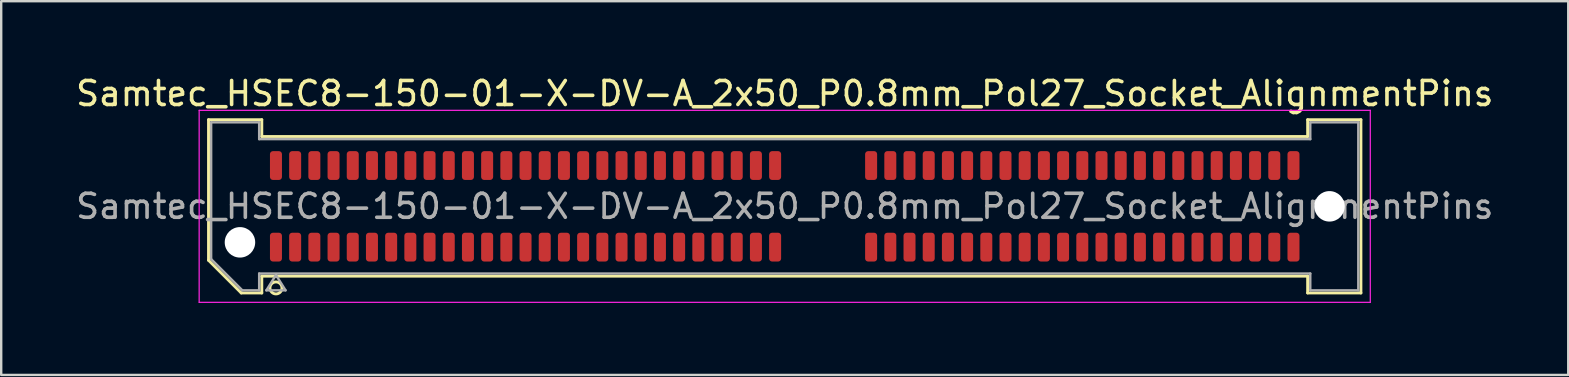
<source format=kicad_pcb>
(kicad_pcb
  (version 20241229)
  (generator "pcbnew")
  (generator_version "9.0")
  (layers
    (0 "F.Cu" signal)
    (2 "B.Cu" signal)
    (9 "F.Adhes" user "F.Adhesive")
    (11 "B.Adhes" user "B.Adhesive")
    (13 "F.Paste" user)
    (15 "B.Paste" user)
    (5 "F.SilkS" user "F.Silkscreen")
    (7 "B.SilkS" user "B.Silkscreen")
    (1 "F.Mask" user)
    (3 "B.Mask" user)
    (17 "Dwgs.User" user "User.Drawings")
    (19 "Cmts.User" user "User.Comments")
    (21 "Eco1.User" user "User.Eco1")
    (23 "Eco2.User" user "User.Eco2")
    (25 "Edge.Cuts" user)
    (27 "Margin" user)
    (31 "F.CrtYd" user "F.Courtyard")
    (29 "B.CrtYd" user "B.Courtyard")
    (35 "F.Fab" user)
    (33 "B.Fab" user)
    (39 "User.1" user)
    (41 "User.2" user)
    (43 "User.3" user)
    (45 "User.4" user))
  (footprint "Samtec_HSEC8-150-01-X-DV-A_2x50_P0.8mm_Pol27_Socket_AlignmentPins"
    (layer "F.Cu")
    (at 29.649 5.548)
    (property "Reference" "Samtec_HSEC8-150-01-X-DV-A_2x50_P0.8mm_Pol27_Socket_AlignmentPins" (at 0 -4.7 0) (layer "F.SilkS") (effects (font (size 1 1) (thickness 0.15))))
    (attr smd)
    (fp_line (start -24.01 -3.61) (end -21.79 -3.61) (stroke (width 0.12) (type solid)) (layer "F.SilkS"))
    (fp_line (start -24.01 2.246) (end -24.01 -3.61) (stroke (width 0.12) (type solid)) (layer "F.SilkS"))
    (fp_line (start -22.646 3.61) (end -24.01 2.246) (stroke (width 0.12) (type solid)) (layer "F.SilkS"))
    (fp_line (start -21.79 -3.61) (end -21.79 -2.91) (stroke (width 0.12) (type solid)) (layer "F.SilkS"))
    (fp_line (start -21.79 -2.91) (end 21.79 -2.91) (stroke (width 0.12) (type solid)) (layer "F.SilkS"))
    (fp_line (start -21.79 2.91) (end -21.79 3.61) (stroke (width 0.12) (type solid)) (layer "F.SilkS"))
    (fp_line (start -21.79 3.61) (end -22.646 3.61) (stroke (width 0.12) (type solid)) (layer "F.SilkS"))
    (fp_line (start 21.79 -3.61) (end 24.01 -3.61) (stroke (width 0.12) (type solid)) (layer "F.SilkS"))
    (fp_line (start 21.79 -2.91) (end 21.79 -3.61) (stroke (width 0.12) (type solid)) (layer "F.SilkS"))
    (fp_line (start 21.79 2.91) (end -21.79 2.91) (stroke (width 0.12) (type solid)) (layer "F.SilkS"))
    (fp_line (start 21.79 3.61) (end 21.79 2.91) (stroke (width 0.12) (type solid)) (layer "F.SilkS"))
    (fp_line (start 24.01 -3.61) (end 24.01 3.61) (stroke (width 0.12) (type solid)) (layer "F.SilkS"))
    (fp_line (start 24.01 3.61) (end 21.79 3.61) (stroke (width 0.12) (type solid)) (layer "F.SilkS"))
    (fp_arc (start -20.95 3.4) (mid -21.45 3.4) (end -20.95 3.4) (stroke (width 0.12) (type solid)) (layer "F.SilkS"))
    (fp_line (start -24.4 -4) (end -24.4 4) (stroke (width 0.05) (type solid)) (layer "F.CrtYd"))
    (fp_line (start -24.4 4) (end 24.4 4) (stroke (width 0.05) (type solid)) (layer "F.CrtYd"))
    (fp_line (start 24.4 -4) (end -24.4 -4) (stroke (width 0.05) (type solid)) (layer "F.CrtYd"))
    (fp_line (start 24.4 4) (end 24.4 -4) (stroke (width 0.05) (type solid)) (layer "F.CrtYd"))
    (fp_line (start -23.9 -3.5) (end -21.9 -3.5) (stroke (width 0.1) (type solid)) (layer "F.Fab"))
    (fp_line (start -23.9 2.2) (end -23.9 -3.5) (stroke (width 0.1) (type solid)) (layer "F.Fab"))
    (fp_line (start -22.6 3.5) (end -23.9 2.2) (stroke (width 0.1) (type solid)) (layer "F.Fab"))
    (fp_line (start -21.9 -3.5) (end -21.9 -2.8) (stroke (width 0.1) (type solid)) (layer "F.Fab"))
    (fp_line (start -21.9 -2.8) (end 21.9 -2.8) (stroke (width 0.1) (type solid)) (layer "F.Fab"))
    (fp_line (start -21.9 2.8) (end -21.9 3.5) (stroke (width 0.1) (type solid)) (layer "F.Fab"))
    (fp_line (start -21.9 3.5) (end -22.6 3.5) (stroke (width 0.1) (type solid)) (layer "F.Fab"))
    (fp_line (start -21.6 3.5) (end -21.2 2.86) (stroke (width 0.1) (type solid)) (layer "F.Fab"))
    (fp_line (start -21.2 2.86) (end -20.8 3.5) (stroke (width 0.1) (type solid)) (layer "F.Fab"))
    (fp_line (start -20.8 3.5) (end -21.6 3.5) (stroke (width 0.1) (type solid)) (layer "F.Fab"))
    (fp_line (start 21.9 -3.5) (end 23.9 -3.5) (stroke (width 0.1) (type solid)) (layer "F.Fab"))
    (fp_line (start 21.9 -2.8) (end 21.9 -3.5) (stroke (width 0.1) (type solid)) (layer "F.Fab"))
    (fp_line (start 21.9 2.8) (end -21.9 2.8) (stroke (width 0.1) (type solid)) (layer "F.Fab"))
    (fp_line (start 21.9 3.5) (end 21.9 2.8) (stroke (width 0.1) (type solid)) (layer "F.Fab"))
    (fp_line (start 23.9 -3.5) (end 23.9 3.5) (stroke (width 0.1) (type solid)) (layer "F.Fab"))
    (fp_line (start 23.9 3.5) (end 21.9 3.5) (stroke (width 0.1) (type solid)) (layer "F.Fab"))
    (fp_text user "${REFERENCE}" (at 0 0 0) (layer "F.Fab") (effects (font (size 1 1) (thickness 0.15))))
    (pad "" np_thru_hole circle (at -22.7 1.5) (size 1.27 1.27) (drill 1.27) (layers "*.Cu" "*.Mask"))
    (pad "" np_thru_hole circle (at 22.7 0) (size 1.27 1.27) (drill 1.27) (layers "*.Cu" "*.Mask"))
    (pad "1" smd roundrect (at -21.2 1.7) (size 0.5 1.2) (layers "F.Cu" "F.Mask" "F.Paste") (roundrect_rratio 0.25))
    (pad "2" smd roundrect (at -21.2 -1.7) (size 0.5 1.2) (layers "F.Cu" "F.Mask" "F.Paste") (roundrect_rratio 0.25))
    (pad "3" smd roundrect (at -20.4 1.7) (size 0.5 1.2) (layers "F.Cu" "F.Mask" "F.Paste") (roundrect_rratio 0.25))
    (pad "4" smd roundrect (at -20.4 -1.7) (size 0.5 1.2) (layers "F.Cu" "F.Mask" "F.Paste") (roundrect_rratio 0.25))
    (pad "5" smd roundrect (at -19.6 1.7) (size 0.5 1.2) (layers "F.Cu" "F.Mask" "F.Paste") (roundrect_rratio 0.25))
    (pad "6" smd roundrect (at -19.6 -1.7) (size 0.5 1.2) (layers "F.Cu" "F.Mask" "F.Paste") (roundrect_rratio 0.25))
    (pad "7" smd roundrect (at -18.8 1.7) (size 0.5 1.2) (layers "F.Cu" "F.Mask" "F.Paste") (roundrect_rratio 0.25))
    (pad "8" smd roundrect (at -18.8 -1.7) (size 0.5 1.2) (layers "F.Cu" "F.Mask" "F.Paste") (roundrect_rratio 0.25))
    (pad "9" smd roundrect (at -18 1.7) (size 0.5 1.2) (layers "F.Cu" "F.Mask" "F.Paste") (roundrect_rratio 0.25))
    (pad "10" smd roundrect (at -18 -1.7) (size 0.5 1.2) (layers "F.Cu" "F.Mask" "F.Paste") (roundrect_rratio 0.25))
    (pad "11" smd roundrect (at -17.2 1.7) (size 0.5 1.2) (layers "F.Cu" "F.Mask" "F.Paste") (roundrect_rratio 0.25))
    (pad "12" smd roundrect (at -17.2 -1.7) (size 0.5 1.2) (layers "F.Cu" "F.Mask" "F.Paste") (roundrect_rratio 0.25))
    (pad "13" smd roundrect (at -16.4 1.7) (size 0.5 1.2) (layers "F.Cu" "F.Mask" "F.Paste") (roundrect_rratio 0.25))
    (pad "14" smd roundrect (at -16.4 -1.7) (size 0.5 1.2) (layers "F.Cu" "F.Mask" "F.Paste") (roundrect_rratio 0.25))
    (pad "15" smd roundrect (at -15.6 1.7) (size 0.5 1.2) (layers "F.Cu" "F.Mask" "F.Paste") (roundrect_rratio 0.25))
    (pad "16" smd roundrect (at -15.6 -1.7) (size 0.5 1.2) (layers "F.Cu" "F.Mask" "F.Paste") (roundrect_rratio 0.25))
    (pad "17" smd roundrect (at -14.8 1.7) (size 0.5 1.2) (layers "F.Cu" "F.Mask" "F.Paste") (roundrect_rratio 0.25))
    (pad "18" smd roundrect (at -14.8 -1.7) (size 0.5 1.2) (layers "F.Cu" "F.Mask" "F.Paste") (roundrect_rratio 0.25))
    (pad "19" smd roundrect (at -14 1.7) (size 0.5 1.2) (layers "F.Cu" "F.Mask" "F.Paste") (roundrect_rratio 0.25))
    (pad "20" smd roundrect (at -14 -1.7) (size 0.5 1.2) (layers "F.Cu" "F.Mask" "F.Paste") (roundrect_rratio 0.25))
    (pad "21" smd roundrect (at -13.2 1.7) (size 0.5 1.2) (layers "F.Cu" "F.Mask" "F.Paste") (roundrect_rratio 0.25))
    (pad "22" smd roundrect (at -13.2 -1.7) (size 0.5 1.2) (layers "F.Cu" "F.Mask" "F.Paste") (roundrect_rratio 0.25))
    (pad "23" smd roundrect (at -12.4 1.7) (size 0.5 1.2) (layers "F.Cu" "F.Mask" "F.Paste") (roundrect_rratio 0.25))
    (pad "24" smd roundrect (at -12.4 -1.7) (size 0.5 1.2) (layers "F.Cu" "F.Mask" "F.Paste") (roundrect_rratio 0.25))
    (pad "25" smd roundrect (at -11.6 1.7) (size 0.5 1.2) (layers "F.Cu" "F.Mask" "F.Paste") (roundrect_rratio 0.25))
    (pad "26" smd roundrect (at -11.6 -1.7) (size 0.5 1.2) (layers "F.Cu" "F.Mask" "F.Paste") (roundrect_rratio 0.25))
    (pad "27" smd roundrect (at -10.8 1.7) (size 0.5 1.2) (layers "F.Cu" "F.Mask" "F.Paste") (roundrect_rratio 0.25))
    (pad "28" smd roundrect (at -10.8 -1.7) (size 0.5 1.2) (layers "F.Cu" "F.Mask" "F.Paste") (roundrect_rratio 0.25))
    (pad "29" smd roundrect (at -10 1.7) (size 0.5 1.2) (layers "F.Cu" "F.Mask" "F.Paste") (roundrect_rratio 0.25))
    (pad "30" smd roundrect (at -10 -1.7) (size 0.5 1.2) (layers "F.Cu" "F.Mask" "F.Paste") (roundrect_rratio 0.25))
    (pad "31" smd roundrect (at -9.2 1.7) (size 0.5 1.2) (layers "F.Cu" "F.Mask" "F.Paste") (roundrect_rratio 0.25))
    (pad "32" smd roundrect (at -9.2 -1.7) (size 0.5 1.2) (layers "F.Cu" "F.Mask" "F.Paste") (roundrect_rratio 0.25))
    (pad "33" smd roundrect (at -8.4 1.7) (size 0.5 1.2) (layers "F.Cu" "F.Mask" "F.Paste") (roundrect_rratio 0.25))
    (pad "34" smd roundrect (at -8.4 -1.7) (size 0.5 1.2) (layers "F.Cu" "F.Mask" "F.Paste") (roundrect_rratio 0.25))
    (pad "35" smd roundrect (at -7.6 1.7) (size 0.5 1.2) (layers "F.Cu" "F.Mask" "F.Paste") (roundrect_rratio 0.25))
    (pad "36" smd roundrect (at -7.6 -1.7) (size 0.5 1.2) (layers "F.Cu" "F.Mask" "F.Paste") (roundrect_rratio 0.25))
    (pad "37" smd roundrect (at -6.8 1.7) (size 0.5 1.2) (layers "F.Cu" "F.Mask" "F.Paste") (roundrect_rratio 0.25))
    (pad "38" smd roundrect (at -6.8 -1.7) (size 0.5 1.2) (layers "F.Cu" "F.Mask" "F.Paste") (roundrect_rratio 0.25))
    (pad "39" smd roundrect (at -6 1.7) (size 0.5 1.2) (layers "F.Cu" "F.Mask" "F.Paste") (roundrect_rratio 0.25))
    (pad "40" smd roundrect (at -6 -1.7) (size 0.5 1.2) (layers "F.Cu" "F.Mask" "F.Paste") (roundrect_rratio 0.25))
    (pad "41" smd roundrect (at -5.2 1.7) (size 0.5 1.2) (layers "F.Cu" "F.Mask" "F.Paste") (roundrect_rratio 0.25))
    (pad "42" smd roundrect (at -5.2 -1.7) (size 0.5 1.2) (layers "F.Cu" "F.Mask" "F.Paste") (roundrect_rratio 0.25))
    (pad "43" smd roundrect (at -4.4 1.7) (size 0.5 1.2) (layers "F.Cu" "F.Mask" "F.Paste") (roundrect_rratio 0.25))
    (pad "44" smd roundrect (at -4.4 -1.7) (size 0.5 1.2) (layers "F.Cu" "F.Mask" "F.Paste") (roundrect_rratio 0.25))
    (pad "45" smd roundrect (at -3.6 1.7) (size 0.5 1.2) (layers "F.Cu" "F.Mask" "F.Paste") (roundrect_rratio 0.25))
    (pad "46" smd roundrect (at -3.6 -1.7) (size 0.5 1.2) (layers "F.Cu" "F.Mask" "F.Paste") (roundrect_rratio 0.25))
    (pad "47" smd roundrect (at -2.8 1.7) (size 0.5 1.2) (layers "F.Cu" "F.Mask" "F.Paste") (roundrect_rratio 0.25))
    (pad "48" smd roundrect (at -2.8 -1.7) (size 0.5 1.2) (layers "F.Cu" "F.Mask" "F.Paste") (roundrect_rratio 0.25))
    (pad "49" smd roundrect (at -2 1.7) (size 0.5 1.2) (layers "F.Cu" "F.Mask" "F.Paste") (roundrect_rratio 0.25))
    (pad "50" smd roundrect (at -2 -1.7) (size 0.5 1.2) (layers "F.Cu" "F.Mask" "F.Paste") (roundrect_rratio 0.25))
    (pad "51" smd roundrect (at -1.2 1.7) (size 0.5 1.2) (layers "F.Cu" "F.Mask" "F.Paste") (roundrect_rratio 0.25))
    (pad "52" smd roundrect (at -1.2 -1.7) (size 0.5 1.2) (layers "F.Cu" "F.Mask" "F.Paste") (roundrect_rratio 0.25))
    (pad "53" smd roundrect (at -0.4 1.7) (size 0.5 1.2) (layers "F.Cu" "F.Mask" "F.Paste") (roundrect_rratio 0.25))
    (pad "54" smd roundrect (at -0.4 -1.7) (size 0.5 1.2) (layers "F.Cu" "F.Mask" "F.Paste") (roundrect_rratio 0.25))
    (pad "55" smd roundrect (at 3.6 1.7) (size 0.5 1.2) (layers "F.Cu" "F.Mask" "F.Paste") (roundrect_rratio 0.25))
    (pad "56" smd roundrect (at 3.6 -1.7) (size 0.5 1.2) (layers "F.Cu" "F.Mask" "F.Paste") (roundrect_rratio 0.25))
    (pad "57" smd roundrect (at 4.4 1.7) (size 0.5 1.2) (layers "F.Cu" "F.Mask" "F.Paste") (roundrect_rratio 0.25))
    (pad "58" smd roundrect (at 4.4 -1.7) (size 0.5 1.2) (layers "F.Cu" "F.Mask" "F.Paste") (roundrect_rratio 0.25))
    (pad "59" smd roundrect (at 5.2 1.7) (size 0.5 1.2) (layers "F.Cu" "F.Mask" "F.Paste") (roundrect_rratio 0.25))
    (pad "60" smd roundrect (at 5.2 -1.7) (size 0.5 1.2) (layers "F.Cu" "F.Mask" "F.Paste") (roundrect_rratio 0.25))
    (pad "61" smd roundrect (at 6 1.7) (size 0.5 1.2) (layers "F.Cu" "F.Mask" "F.Paste") (roundrect_rratio 0.25))
    (pad "62" smd roundrect (at 6 -1.7) (size 0.5 1.2) (layers "F.Cu" "F.Mask" "F.Paste") (roundrect_rratio 0.25))
    (pad "63" smd roundrect (at 6.8 1.7) (size 0.5 1.2) (layers "F.Cu" "F.Mask" "F.Paste") (roundrect_rratio 0.25))
    (pad "64" smd roundrect (at 6.8 -1.7) (size 0.5 1.2) (layers "F.Cu" "F.Mask" "F.Paste") (roundrect_rratio 0.25))
    (pad "65" smd roundrect (at 7.6 1.7) (size 0.5 1.2) (layers "F.Cu" "F.Mask" "F.Paste") (roundrect_rratio 0.25))
    (pad "66" smd roundrect (at 7.6 -1.7) (size 0.5 1.2) (layers "F.Cu" "F.Mask" "F.Paste") (roundrect_rratio 0.25))
    (pad "67" smd roundrect (at 8.4 1.7) (size 0.5 1.2) (layers "F.Cu" "F.Mask" "F.Paste") (roundrect_rratio 0.25))
    (pad "68" smd roundrect (at 8.4 -1.7) (size 0.5 1.2) (layers "F.Cu" "F.Mask" "F.Paste") (roundrect_rratio 0.25))
    (pad "69" smd roundrect (at 9.2 1.7) (size 0.5 1.2) (layers "F.Cu" "F.Mask" "F.Paste") (roundrect_rratio 0.25))
    (pad "70" smd roundrect (at 9.2 -1.7) (size 0.5 1.2) (layers "F.Cu" "F.Mask" "F.Paste") (roundrect_rratio 0.25))
    (pad "71" smd roundrect (at 10 1.7) (size 0.5 1.2) (layers "F.Cu" "F.Mask" "F.Paste") (roundrect_rratio 0.25))
    (pad "72" smd roundrect (at 10 -1.7) (size 0.5 1.2) (layers "F.Cu" "F.Mask" "F.Paste") (roundrect_rratio 0.25))
    (pad "73" smd roundrect (at 10.8 1.7) (size 0.5 1.2) (layers "F.Cu" "F.Mask" "F.Paste") (roundrect_rratio 0.25))
    (pad "74" smd roundrect (at 10.8 -1.7) (size 0.5 1.2) (layers "F.Cu" "F.Mask" "F.Paste") (roundrect_rratio 0.25))
    (pad "75" smd roundrect (at 11.6 1.7) (size 0.5 1.2) (layers "F.Cu" "F.Mask" "F.Paste") (roundrect_rratio 0.25))
    (pad "76" smd roundrect (at 11.6 -1.7) (size 0.5 1.2) (layers "F.Cu" "F.Mask" "F.Paste") (roundrect_rratio 0.25))
    (pad "77" smd roundrect (at 12.4 1.7) (size 0.5 1.2) (layers "F.Cu" "F.Mask" "F.Paste") (roundrect_rratio 0.25))
    (pad "78" smd roundrect (at 12.4 -1.7) (size 0.5 1.2) (layers "F.Cu" "F.Mask" "F.Paste") (roundrect_rratio 0.25))
    (pad "79" smd roundrect (at 13.2 1.7) (size 0.5 1.2) (layers "F.Cu" "F.Mask" "F.Paste") (roundrect_rratio 0.25))
    (pad "80" smd roundrect (at 13.2 -1.7) (size 0.5 1.2) (layers "F.Cu" "F.Mask" "F.Paste") (roundrect_rratio 0.25))
    (pad "81" smd roundrect (at 14 1.7) (size 0.5 1.2) (layers "F.Cu" "F.Mask" "F.Paste") (roundrect_rratio 0.25))
    (pad "82" smd roundrect (at 14 -1.7) (size 0.5 1.2) (layers "F.Cu" "F.Mask" "F.Paste") (roundrect_rratio 0.25))
    (pad "83" smd roundrect (at 14.8 1.7) (size 0.5 1.2) (layers "F.Cu" "F.Mask" "F.Paste") (roundrect_rratio 0.25))
    (pad "84" smd roundrect (at 14.8 -1.7) (size 0.5 1.2) (layers "F.Cu" "F.Mask" "F.Paste") (roundrect_rratio 0.25))
    (pad "85" smd roundrect (at 15.6 1.7) (size 0.5 1.2) (layers "F.Cu" "F.Mask" "F.Paste") (roundrect_rratio 0.25))
    (pad "86" smd roundrect (at 15.6 -1.7) (size 0.5 1.2) (layers "F.Cu" "F.Mask" "F.Paste") (roundrect_rratio 0.25))
    (pad "87" smd roundrect (at 16.4 1.7) (size 0.5 1.2) (layers "F.Cu" "F.Mask" "F.Paste") (roundrect_rratio 0.25))
    (pad "88" smd roundrect (at 16.4 -1.7) (size 0.5 1.2) (layers "F.Cu" "F.Mask" "F.Paste") (roundrect_rratio 0.25))
    (pad "89" smd roundrect (at 17.2 1.7) (size 0.5 1.2) (layers "F.Cu" "F.Mask" "F.Paste") (roundrect_rratio 0.25))
    (pad "90" smd roundrect (at 17.2 -1.7) (size 0.5 1.2) (layers "F.Cu" "F.Mask" "F.Paste") (roundrect_rratio 0.25))
    (pad "91" smd roundrect (at 18 1.7) (size 0.5 1.2) (layers "F.Cu" "F.Mask" "F.Paste") (roundrect_rratio 0.25))
    (pad "92" smd roundrect (at 18 -1.7) (size 0.5 1.2) (layers "F.Cu" "F.Mask" "F.Paste") (roundrect_rratio 0.25))
    (pad "93" smd roundrect (at 18.8 1.7) (size 0.5 1.2) (layers "F.Cu" "F.Mask" "F.Paste") (roundrect_rratio 0.25))
    (pad "94" smd roundrect (at 18.8 -1.7) (size 0.5 1.2) (layers "F.Cu" "F.Mask" "F.Paste") (roundrect_rratio 0.25))
    (pad "95" smd roundrect (at 19.6 1.7) (size 0.5 1.2) (layers "F.Cu" "F.Mask" "F.Paste") (roundrect_rratio 0.25))
    (pad "96" smd roundrect (at 19.6 -1.7) (size 0.5 1.2) (layers "F.Cu" "F.Mask" "F.Paste") (roundrect_rratio 0.25))
    (pad "97" smd roundrect (at 20.4 1.7) (size 0.5 1.2) (layers "F.Cu" "F.Mask" "F.Paste") (roundrect_rratio 0.25))
    (pad "98" smd roundrect (at 20.4 -1.7) (size 0.5 1.2) (layers "F.Cu" "F.Mask" "F.Paste") (roundrect_rratio 0.25))
    (pad "99" smd roundrect (at 21.2 1.7) (size 0.5 1.2) (layers "F.Cu" "F.Mask" "F.Paste") (roundrect_rratio 0.25))
    (pad "100" smd roundrect (at 21.2 -1.7) (size 0.5 1.2) (layers "F.Cu" "F.Mask" "F.Paste") (roundrect_rratio 0.25)))
  (gr_rect
    (start -3 -3)
    (end 62.298 12.573)
    (stroke (width 0.1) (type default))
    (fill no)
    (layer "Edge.Cuts")))
</source>
